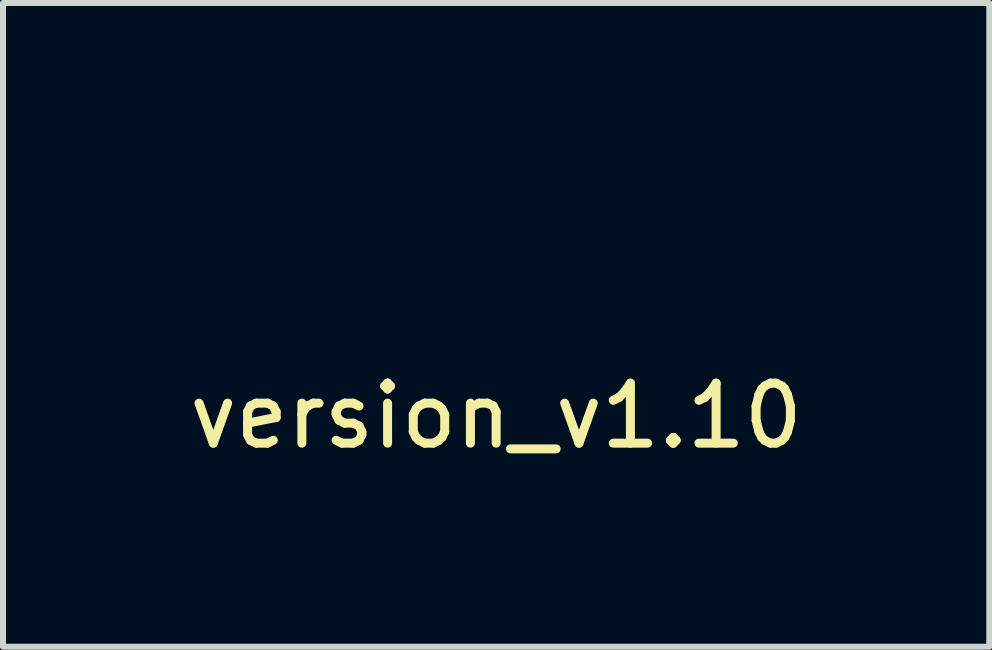
<source format=kicad_pcb>
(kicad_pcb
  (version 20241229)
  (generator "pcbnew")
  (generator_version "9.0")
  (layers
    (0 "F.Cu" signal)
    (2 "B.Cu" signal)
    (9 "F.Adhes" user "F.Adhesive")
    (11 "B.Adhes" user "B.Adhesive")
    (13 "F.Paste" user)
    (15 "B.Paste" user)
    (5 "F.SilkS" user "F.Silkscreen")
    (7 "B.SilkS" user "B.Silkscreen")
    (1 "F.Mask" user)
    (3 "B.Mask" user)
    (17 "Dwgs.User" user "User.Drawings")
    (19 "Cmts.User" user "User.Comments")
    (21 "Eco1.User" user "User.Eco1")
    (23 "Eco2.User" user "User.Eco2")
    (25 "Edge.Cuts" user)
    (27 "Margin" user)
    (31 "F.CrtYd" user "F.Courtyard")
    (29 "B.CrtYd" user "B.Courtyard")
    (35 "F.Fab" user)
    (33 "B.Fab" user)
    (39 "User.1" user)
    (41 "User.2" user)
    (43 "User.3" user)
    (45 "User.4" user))
  (footprint "version_v1.10"
    (layer "F.Cu")
    (at 5.22 4.382)
    (property "Reference" "version_v1.10" (at 0 -0.5 0) (unlocked yes) (layer "F.SilkS") (effects (font (size 1 1) (thickness 0.15))))
    (attr smd)
    (fp_poly (pts (xy 0.034 -2.237) (xy 0.09 -2.198) (xy 0.125 -2.142) (xy 0.136 -2.076) (xy 0.121 -2.008) (xy 0.087 -1.956) (xy 0.028 -1.912) (xy -0.042 -1.892) (xy -0.111 -1.9) (xy -0.119 -1.903) (xy -0.18 -1.946) (xy -0.216 -2.008) (xy -0.227 -2.081) (xy -0.209 -2.156) (xy -0.204 -2.165) (xy -0.167 -2.216) (xy -0.116 -2.244) (xy -0.041 -2.252) (xy -0.039 -2.252)) (stroke (width 0) (type solid)) (fill yes) (layer "F.Mask"))
    (fp_poly (pts (xy -0.907 -4.356) (xy -0.82 -4.352) (xy -0.765 -4.346) (xy -0.739 -4.337) (xy -0.739 -4.336) (xy -0.734 -4.323) (xy -0.73 -4.293) (xy -0.727 -4.242) (xy -0.724 -4.171) (xy -0.722 -4.076) (xy -0.721 -3.955) (xy -0.719 -3.808) (xy -0.718 -3.632) (xy -0.718 -3.424) (xy -0.718 -3.185) (xy -0.718 -3.154) (xy -0.718 -1.993) (xy -0.757 -1.949) (xy -0.799 -1.914) (xy -0.844 -1.894) (xy -0.892 -1.883) (xy -0.892 -4.2) (xy -1.049 -4.2) (xy -1.125 -4.201) (xy -1.176 -4.205) (xy -1.209 -4.213) (xy -1.233 -4.228) (xy -1.249 -4.243) (xy -1.278 -4.282) (xy -1.292 -4.319) (xy -1.292 -4.321) (xy -1.29 -4.335) (xy -1.282 -4.345) (xy -1.263 -4.351) (xy -1.226 -4.355) (xy -1.168 -4.356) (xy -1.083 -4.357) (xy -1.026 -4.357)) (stroke (width 0) (type solid)) (fill yes) (layer "F.Mask"))
    (fp_poly (pts (xy 0.607 -4.356) (xy 0.693 -4.352) (xy 0.748 -4.346) (xy 0.774 -4.337) (xy 0.775 -4.336) (xy 0.779 -4.323) (xy 0.783 -4.293) (xy 0.786 -4.242) (xy 0.789 -4.171) (xy 0.791 -4.076) (xy 0.793 -3.955) (xy 0.794 -3.808) (xy 0.795 -3.632) (xy 0.796 -3.424) (xy 0.796 -3.185) (xy 0.796 -3.154) (xy 0.796 -1.993) (xy 0.757 -1.949) (xy 0.714 -1.914) (xy 0.67 -1.894) (xy 0.622 -1.883) (xy 0.622 -4.2) (xy 0.465 -4.2) (xy 0.388 -4.201) (xy 0.338 -4.205) (xy 0.305 -4.213) (xy 0.28 -4.228) (xy 0.264 -4.243) (xy 0.235 -4.282) (xy 0.222 -4.319) (xy 0.222 -4.321) (xy 0.223 -4.335) (xy 0.231 -4.345) (xy 0.251 -4.351) (xy 0.287 -4.355) (xy 0.345 -4.356) (xy 0.431 -4.357) (xy 0.488 -4.357)) (stroke (width 0) (type solid)) (fill yes) (layer "F.Mask"))
    (fp_poly (pts (xy -1.696 -3.695) (xy -1.682 -3.692) (xy -1.672 -3.683) (xy -1.667 -3.667) (xy -1.669 -3.641) (xy -1.678 -3.602) (xy -1.695 -3.549) (xy -1.721 -3.477) (xy -1.755 -3.386) (xy -1.8 -3.272) (xy -1.856 -3.134) (xy -1.924 -2.967) (xy -1.996 -2.791) (xy -2.064 -2.625) (xy -2.128 -2.47) (xy -2.188 -2.327) (xy -2.242 -2.199) (xy -2.288 -2.091) (xy -2.326 -2.004) (xy -2.354 -1.942) (xy -2.371 -1.907) (xy -2.375 -1.901) (xy -2.417 -1.888) (xy -2.454 -1.909) (xy -2.459 -1.915) (xy -2.47 -1.936) (xy -2.492 -1.986) (xy -2.526 -2.062) (xy -2.529 -2.069) (xy -2.457 -2.069) (xy -2.45 -2.066) (xy -2.44 -2.078) (xy -2.425 -2.11) (xy -2.423 -2.121) (xy -2.43 -2.125) (xy -2.44 -2.113) (xy -2.455 -2.081) (xy -2.457 -2.069) (xy -2.529 -2.069) (xy -2.568 -2.162) (xy -2.618 -2.281) (xy -2.675 -2.417) (xy -2.737 -2.567) (xy -2.802 -2.727) (xy -2.834 -2.806) (xy -2.918 -3.012) (xy -2.989 -3.188) (xy -3.047 -3.335) (xy -3.093 -3.454) (xy -3.128 -3.546) (xy -3.151 -3.614) (xy -3.164 -3.658) (xy -3.167 -3.679) (xy -3.166 -3.682) (xy -3.116 -3.695) (xy -3.061 -3.682) (xy -3.034 -3.665) (xy -3.018 -3.641) (xy -2.991 -3.586) (xy -2.954 -3.503) (xy -2.906 -3.392) (xy -2.85 -3.255) (xy -2.785 -3.095) (xy -2.713 -2.914) (xy -2.713 -2.913) (xy -2.653 -2.763) (xy -2.598 -2.622) (xy -2.547 -2.494) (xy -2.504 -2.383) (xy -2.468 -2.291) (xy -2.441 -2.222) (xy -2.425 -2.18) (xy -2.42 -2.168) (xy -2.413 -2.179) (xy -2.394 -2.219) (xy -2.365 -2.285) (xy -2.327 -2.375) (xy -2.282 -2.484) (xy -2.231 -2.611) (xy -2.175 -2.751) (xy -2.127 -2.872) (xy -2.053 -3.059) (xy -1.991 -3.215) (xy -1.938 -3.344) (xy -1.894 -3.448) (xy -1.857 -3.529) (xy -1.826 -3.591) (xy -1.799 -3.636) (xy -1.776 -3.667) (xy -1.754 -3.685) (xy -1.734 -3.694) (xy -1.715 -3.696)) (stroke (width 0) (type solid)) (fill yes) (layer "F.Mask"))
    (fp_poly (pts (xy 2.356 -4.375) (xy 2.46 -4.359) (xy 2.492 -4.35) (xy 2.652 -4.288) (xy 2.792 -4.205) (xy 2.91 -4.103) (xy 2.999 -3.986) (xy 3.017 -3.955) (xy 3.066 -3.861) (xy 3.066 -2.417) (xy 3.017 -2.323) (xy 2.936 -2.205) (xy 2.827 -2.1) (xy 2.695 -2.012) (xy 2.545 -1.945) (xy 2.501 -1.931) (xy 2.415 -1.913) (xy 2.307 -1.9) (xy 2.193 -1.894) (xy 2.085 -1.896) (xy 1.999 -1.905) (xy 1.839 -1.949) (xy 1.689 -2.019) (xy 1.556 -2.112) (xy 1.446 -2.224) (xy 1.433 -2.241) (xy 1.405 -2.28) (xy 1.382 -2.317) (xy 1.363 -2.355) (xy 1.348 -2.399) (xy 1.337 -2.451) (xy 1.329 -2.516) (xy 1.324 -2.598) (xy 1.321 -2.699) (xy 1.32 -2.823) (xy 1.32 -2.975) (xy 1.321 -3.077) (xy 1.489 -3.077) (xy 1.491 -2.936) (xy 1.493 -2.803) (xy 1.497 -2.683) (xy 1.502 -2.582) (xy 1.509 -2.503) (xy 1.516 -2.454) (xy 1.517 -2.45) (xy 1.567 -2.343) (xy 1.647 -2.248) (xy 1.752 -2.17) (xy 1.881 -2.111) (xy 1.944 -2.092) (xy 2.06 -2.071) (xy 2.188 -2.063) (xy 2.316 -2.067) (xy 2.427 -2.084) (xy 2.437 -2.086) (xy 2.511 -2.11) (xy 2.587 -2.14) (xy 2.62 -2.155) (xy 2.694 -2.203) (xy 2.767 -2.269) (xy 2.828 -2.343) (xy 2.871 -2.414) (xy 2.88 -2.439) (xy 2.886 -2.477) (xy 2.891 -2.544) (xy 2.895 -2.636) (xy 2.898 -2.747) (xy 2.9 -2.874) (xy 2.902 -3.01) (xy 2.902 -3.15) (xy 2.901 -3.291) (xy 2.9 -3.425) (xy 2.898 -3.55) (xy 2.894 -3.659) (xy 2.89 -3.747) (xy 2.885 -3.81) (xy 2.88 -3.839) (xy 2.847 -3.908) (xy 2.792 -3.982) (xy 2.722 -4.051) (xy 2.648 -4.108) (xy 2.62 -4.123) (xy 2.475 -4.179) (xy 2.316 -4.21) (xy 2.152 -4.216) (xy 1.99 -4.197) (xy 1.841 -4.153) (xy 1.765 -4.118) (xy 1.671 -4.052) (xy 1.591 -3.967) (xy 1.534 -3.873) (xy 1.518 -3.829) (xy 1.51 -3.784) (xy 1.503 -3.709) (xy 1.498 -3.61) (xy 1.494 -3.491) (xy 1.491 -3.36) (xy 1.49 -3.22) (xy 1.489 -3.077) (xy 1.321 -3.077) (xy 1.321 -3.157) (xy 1.321 -3.177) (xy 1.327 -3.844) (xy 1.374 -3.94) (xy 1.452 -4.061) (xy 1.558 -4.168) (xy 1.688 -4.259) (xy 1.838 -4.329) (xy 1.901 -4.35) (xy 1.995 -4.37) (xy 2.111 -4.38) (xy 2.236 -4.382)) (stroke (width 0) (type solid)) (fill yes) (layer "F.Mask")))
  (gr_rect
    (start -3 -3)
    (end 13.44 7.73)
    (stroke (width 0.1) (type default))
    (fill no)
    (layer "Edge.Cuts")))
</source>
